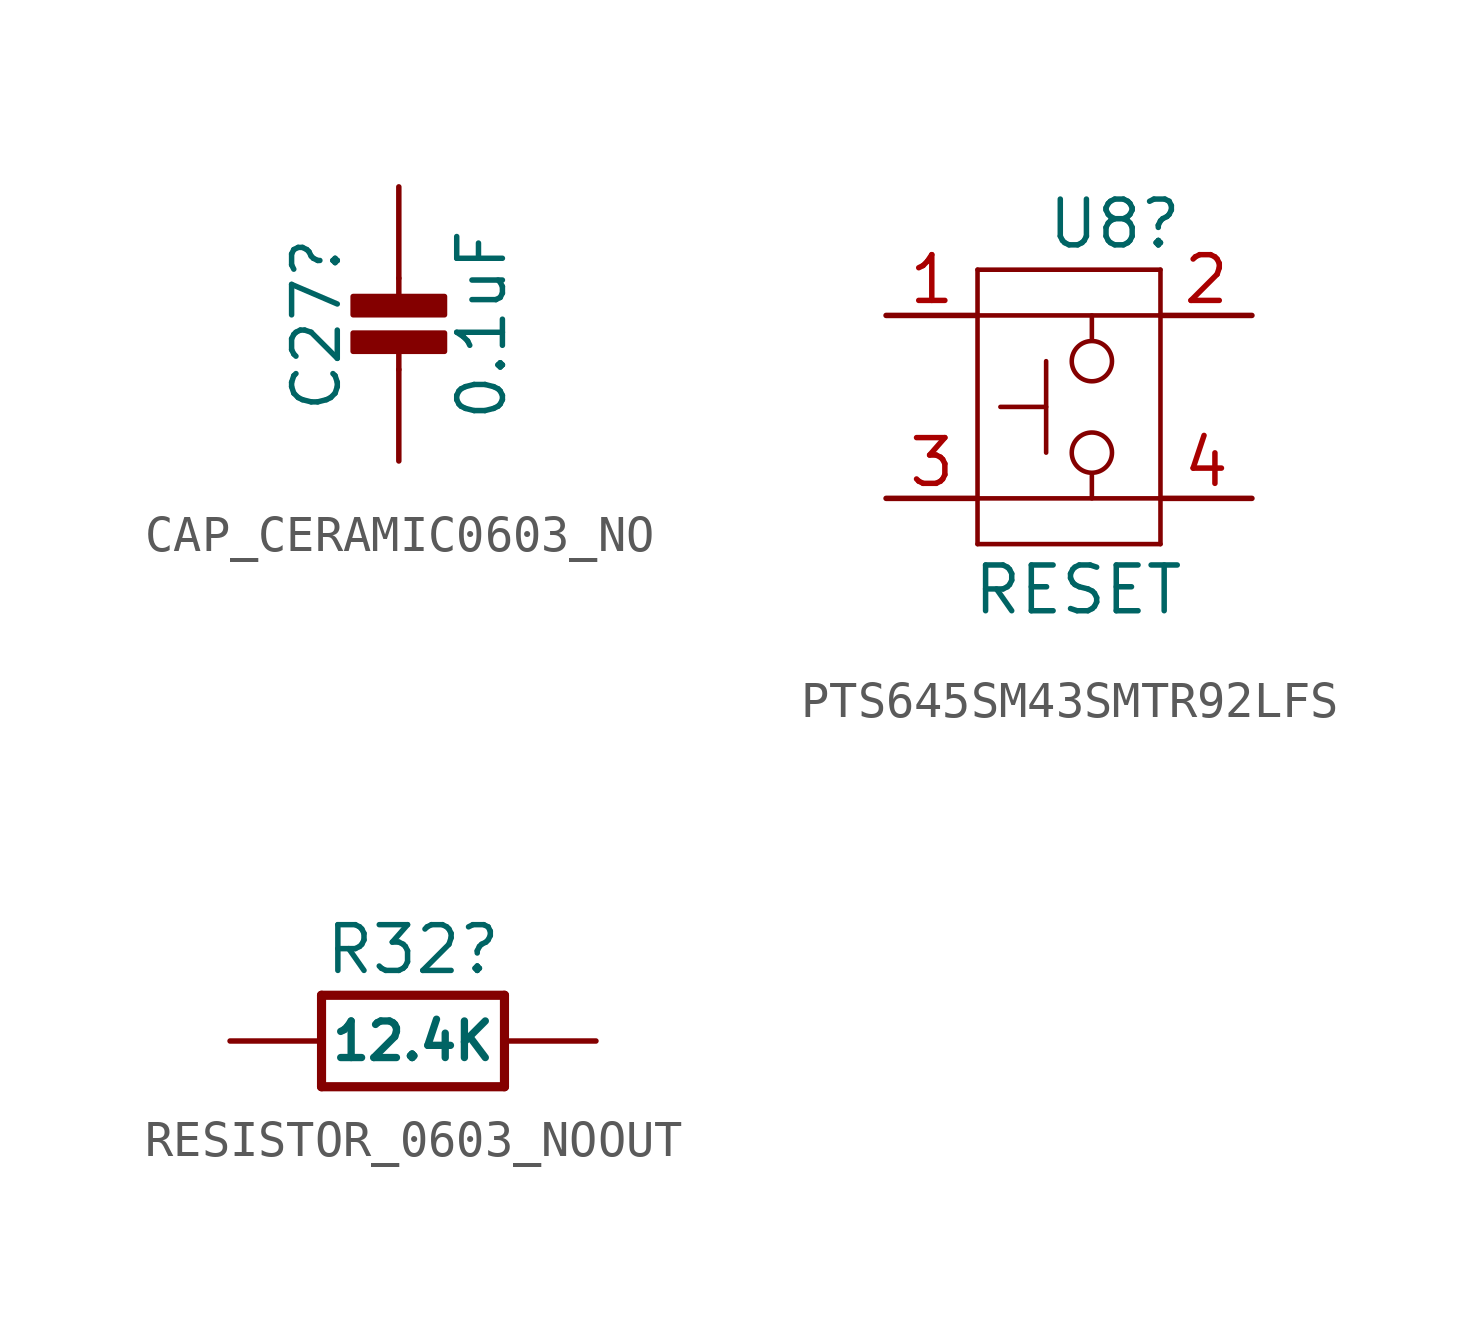
<source format=kicad_sym>
(kicad_symbol_lib
  (version 20231120)
  (generator "kicad_symbol_editor")
  (generator_version "8.0")
  (symbol "CAP_CERAMIC0603_NO"
    (property "Reference" "C27"
      (at -2.29 1.25 90)
      (effects (font (size 1.27 1.27))))
    (property "Value" "0.1uF"
      (at 2.3 1.25 90)
      (effects (font (size 1.27 1.27))))
    (property "ki_locked" ""
      (at 0 0 0)
      (effects (font (size 1.27 1.27))))
    (symbol "CAP_CERAMIC0603_NO_1_0"
      (rectangle (start -1.27 0.508) (end 1.27 1.016) (stroke (width 0) (type default)) (fill (type outline)))
      (rectangle (start -1.27 1.524) (end 1.27 2.032) (stroke (width 0) (type default)) (fill (type outline)))
      (polyline (pts (xy 0 0.762) (xy 0 0)) (stroke (width 0.152) (type solid)) (fill (type none)))
      (polyline (pts (xy 0 2.54) (xy 0 1.778)) (stroke (width 0.152) (type solid)) (fill (type none)))
      (pin passive line (at 0 5.08 270) (length 2.54) (name "1" (effects (font (size 0 0)))) (number "1" (effects (font (size 0 0)))))
      (pin passive line (at 0 -2.54 90) (length 2.54) (name "2" (effects (font (size 0 0)))) (number "2" (effects (font (size 0 0)))))))
  (symbol "PTS645SM43SMTR92LFS"
    (pin_names
      (offset 0.254))
    (property "Reference" "U8"
      (at 6.35 2.54 0)
      (effects (font (size 1.27 1.27))))
    (property "Value" "RESET"
      (at 5.334 -7.62 0)
      (effects (font (size 1.27 1.27))))
    (symbol "PTS645SM43SMTR92LFS_0_1"
      (polyline (pts (xy 2.54 -6.35) (xy 7.62 -6.35)) (stroke (width 0.127) (type default)) (fill (type none)))
      (polyline (pts (xy 2.54 -5.08) (xy 7.62 -5.08)) (stroke (width 0.127) (type default)) (fill (type none)))
      (polyline (pts (xy 2.54 0) (xy 7.62 0)) (stroke (width 0.127) (type default)) (fill (type none)))
      (polyline (pts (xy 2.54 1.27) (xy 2.54 -6.35)) (stroke (width 0.127) (type default)) (fill (type none)))
      (polyline (pts (xy 3.175 -2.54) (xy 4.445 -2.54)) (stroke (width 0.127) (type default)) (fill (type none)))
      (polyline (pts (xy 4.445 -3.81) (xy 4.445 -1.27)) (stroke (width 0.127) (type default)) (fill (type none)))
      (polyline (pts (xy 5.715 -5.08) (xy 5.715 -4.445)) (stroke (width 0.127) (type default)) (fill (type none)))
      (polyline (pts (xy 5.715 0) (xy 5.715 -0.635)) (stroke (width 0.127) (type default)) (fill (type none)))
      (polyline (pts (xy 7.62 -6.35) (xy 7.62 1.27)) (stroke (width 0.127) (type default)) (fill (type none)))
      (polyline (pts (xy 7.62 1.27) (xy 2.54 1.27)) (stroke (width 0.127) (type default)) (fill (type none)))
      (circle (center 5.715 -3.81) (radius 0.559) (stroke (width 0.127) (type default)) (fill (type none)))
      (circle (center 5.715 -1.27) (radius 0.559) (stroke (width 0.127) (type default)) (fill (type none))))
    (symbol "PTS645SM43SMTR92LFS_1_1"
      (pin passive line (at 0 0 0) (length 2.54) (name "" (effects (font (size 1.27 1.27)))) (number "1" (effects (font (size 1.27 1.27)))))
      (pin passive line (at 10.16 0 180) (length 2.54) (name "" (effects (font (size 1.27 1.27)))) (number "2" (effects (font (size 1.27 1.27)))))
      (pin passive line (at 0 -5.08 0) (length 2.54) (name "" (effects (font (size 1.27 1.27)))) (number "3" (effects (font (size 1.27 1.27)))))
      (pin passive line (at 10.16 -5.08 180) (length 2.54) (name "" (effects (font (size 1.27 1.27)))) (number "4" (effects (font (size 1.27 1.27)))))))
  (symbol "RESISTOR_0603_NOOUT"
    (property "Reference" "R32"
      (at 0 2.54 0)
      (effects (font (size 1.27 1.27))))
    (property "Value" "12.4K"
      (at 0 0 0)
      (effects (font (size 1.016 1.016) (thickness 0.203) (bold yes))))
    (property "ki_locked" ""
      (at 0 0 0)
      (effects (font (size 1.27 1.27))))
    (symbol "RESISTOR_0603_NOOUT_1_0"
      (polyline (pts (xy -2.54 -1.27) (xy -2.54 1.27)) (stroke (width 0.254) (type solid)) (fill (type none)))
      (polyline (pts (xy -2.54 1.27) (xy 2.54 1.27)) (stroke (width 0.254) (type solid)) (fill (type none)))
      (polyline (pts (xy 2.54 -1.27) (xy -2.54 -1.27)) (stroke (width 0.254) (type solid)) (fill (type none)))
      (polyline (pts (xy 2.54 1.27) (xy 2.54 -1.27)) (stroke (width 0.254) (type solid)) (fill (type none)))
      (pin passive line (at -5.08 0 0) (length 2.54) (name "1" (effects (font (size 0 0)))) (number "1" (effects (font (size 0 0)))))
      (pin passive line (at 5.08 0 180) (length 2.54) (name "2" (effects (font (size 0 0)))) (number "2" (effects (font (size 0 0))))))))
</source>
